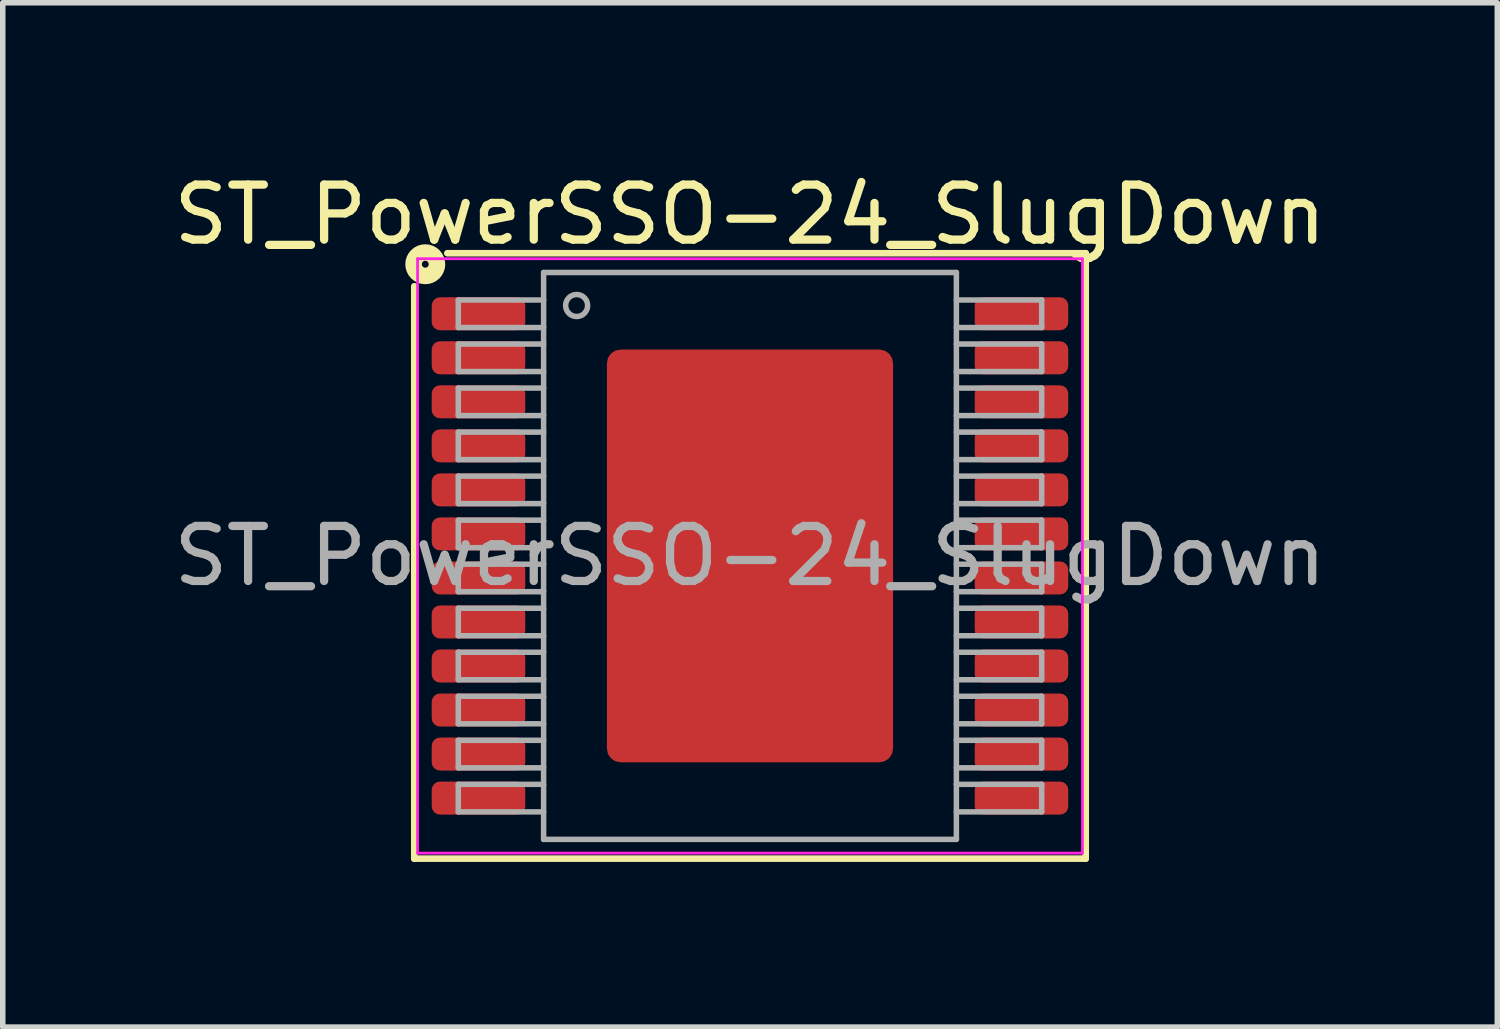
<source format=kicad_pcb>
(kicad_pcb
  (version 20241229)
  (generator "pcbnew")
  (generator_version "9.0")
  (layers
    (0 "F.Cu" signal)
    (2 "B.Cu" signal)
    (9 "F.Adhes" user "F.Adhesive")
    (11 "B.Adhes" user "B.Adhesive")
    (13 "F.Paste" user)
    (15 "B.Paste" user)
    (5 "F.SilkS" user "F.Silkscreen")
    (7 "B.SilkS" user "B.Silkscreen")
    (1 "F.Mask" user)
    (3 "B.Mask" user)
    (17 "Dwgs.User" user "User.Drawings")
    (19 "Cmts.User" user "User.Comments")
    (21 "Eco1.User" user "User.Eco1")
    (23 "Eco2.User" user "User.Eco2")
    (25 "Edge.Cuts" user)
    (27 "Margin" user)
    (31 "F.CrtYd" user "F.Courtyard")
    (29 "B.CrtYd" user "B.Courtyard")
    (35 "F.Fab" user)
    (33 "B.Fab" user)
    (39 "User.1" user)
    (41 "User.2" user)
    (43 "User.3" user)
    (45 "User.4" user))
  (footprint "ST_PowerSSO-24_SlugDown"
    (layer "F.Cu")
    (at 10.577 7.051)
    (property "Reference" "ST_PowerSSO-24_SlugDown" (at 0 -6.202 0) (layer "F.SilkS") (effects (font (size 1 1) (thickness 0.15))))
    (attr smd)
    (fp_line (start -6.1 -4.9) (end -6.1 5.5) (stroke (width 0.12) (type solid)) (layer "F.SilkS"))
    (fp_line (start -6.1 5.5) (end 6.1 5.5) (stroke (width 0.12) (type solid)) (layer "F.SilkS"))
    (fp_line (start 6.1 -5.5) (end -5.5 -5.5) (stroke (width 0.12) (type solid)) (layer "F.SilkS"))
    (fp_line (start 6.1 5.5) (end 6.1 -5.5) (stroke (width 0.12) (type solid)) (layer "F.SilkS"))
    (fp_circle (center -5.9 -5.3) (end -5.837 -5.3) (stroke (width 0.3) (type solid)) (fill no) (layer "F.SilkS"))
    (fp_line (start -6.04 -5.4) (end -6.04 5.4) (stroke (width 0.05) (type solid)) (layer "F.CrtYd"))
    (fp_line (start -6.04 -5.4) (end 6.04 -5.4) (stroke (width 0.05) (type solid)) (layer "F.CrtYd"))
    (fp_line (start 6.04 5.4) (end -6.04 5.4) (stroke (width 0.05) (type solid)) (layer "F.CrtYd"))
    (fp_line (start 6.04 5.4) (end 6.04 -5.4) (stroke (width 0.05) (type solid)) (layer "F.CrtYd"))
    (fp_line (start -5.3 -4.65) (end -5.3 -4.15) (stroke (width 0.1) (type solid)) (layer "F.Fab"))
    (fp_line (start -5.3 -4.65) (end -3.75 -4.65) (stroke (width 0.1) (type solid)) (layer "F.Fab"))
    (fp_line (start -5.3 -4.15) (end -3.75 -4.15) (stroke (width 0.1) (type solid)) (layer "F.Fab"))
    (fp_line (start -5.3 -3.85) (end -5.3 -3.35) (stroke (width 0.1) (type solid)) (layer "F.Fab"))
    (fp_line (start -5.3 -3.85) (end -3.75 -3.85) (stroke (width 0.1) (type solid)) (layer "F.Fab"))
    (fp_line (start -5.3 -3.35) (end -3.75 -3.35) (stroke (width 0.1) (type solid)) (layer "F.Fab"))
    (fp_line (start -5.3 -3.05) (end -5.3 -2.55) (stroke (width 0.1) (type solid)) (layer "F.Fab"))
    (fp_line (start -5.3 -3.05) (end -3.75 -3.05) (stroke (width 0.1) (type solid)) (layer "F.Fab"))
    (fp_line (start -5.3 -2.55) (end -3.75 -2.55) (stroke (width 0.1) (type solid)) (layer "F.Fab"))
    (fp_line (start -5.3 -2.25) (end -5.3 -1.75) (stroke (width 0.1) (type solid)) (layer "F.Fab"))
    (fp_line (start -5.3 -2.25) (end -3.75 -2.25) (stroke (width 0.1) (type solid)) (layer "F.Fab"))
    (fp_line (start -5.3 -1.75) (end -3.75 -1.75) (stroke (width 0.1) (type solid)) (layer "F.Fab"))
    (fp_line (start -5.3 -1.45) (end -5.3 -0.95) (stroke (width 0.1) (type solid)) (layer "F.Fab"))
    (fp_line (start -5.3 -1.45) (end -3.75 -1.45) (stroke (width 0.1) (type solid)) (layer "F.Fab"))
    (fp_line (start -5.3 -0.95) (end -3.75 -0.95) (stroke (width 0.1) (type solid)) (layer "F.Fab"))
    (fp_line (start -5.3 -0.65) (end -5.3 -0.15) (stroke (width 0.1) (type solid)) (layer "F.Fab"))
    (fp_line (start -5.3 -0.65) (end -3.75 -0.65) (stroke (width 0.1) (type solid)) (layer "F.Fab"))
    (fp_line (start -5.3 -0.15) (end -3.75 -0.15) (stroke (width 0.1) (type solid)) (layer "F.Fab"))
    (fp_line (start -5.3 0.15) (end -5.3 0.65) (stroke (width 0.1) (type solid)) (layer "F.Fab"))
    (fp_line (start -5.3 0.15) (end -3.75 0.15) (stroke (width 0.1) (type solid)) (layer "F.Fab"))
    (fp_line (start -5.3 0.65) (end -3.75 0.65) (stroke (width 0.1) (type solid)) (layer "F.Fab"))
    (fp_line (start -5.3 0.95) (end -5.3 1.45) (stroke (width 0.1) (type solid)) (layer "F.Fab"))
    (fp_line (start -5.3 0.95) (end -3.75 0.95) (stroke (width 0.1) (type solid)) (layer "F.Fab"))
    (fp_line (start -5.3 1.45) (end -3.75 1.45) (stroke (width 0.1) (type solid)) (layer "F.Fab"))
    (fp_line (start -5.3 1.75) (end -5.3 2.25) (stroke (width 0.1) (type solid)) (layer "F.Fab"))
    (fp_line (start -5.3 1.75) (end -3.75 1.75) (stroke (width 0.1) (type solid)) (layer "F.Fab"))
    (fp_line (start -5.3 2.25) (end -3.75 2.25) (stroke (width 0.1) (type solid)) (layer "F.Fab"))
    (fp_line (start -5.3 2.55) (end -5.3 3.05) (stroke (width 0.1) (type solid)) (layer "F.Fab"))
    (fp_line (start -5.3 2.55) (end -3.75 2.55) (stroke (width 0.1) (type solid)) (layer "F.Fab"))
    (fp_line (start -5.3 3.05) (end -3.75 3.05) (stroke (width 0.1) (type solid)) (layer "F.Fab"))
    (fp_line (start -5.3 3.35) (end -5.3 3.85) (stroke (width 0.1) (type solid)) (layer "F.Fab"))
    (fp_line (start -5.3 3.35) (end -3.75 3.35) (stroke (width 0.1) (type solid)) (layer "F.Fab"))
    (fp_line (start -5.3 3.85) (end -3.75 3.85) (stroke (width 0.1) (type solid)) (layer "F.Fab"))
    (fp_line (start -5.3 4.15) (end -5.3 4.65) (stroke (width 0.1) (type solid)) (layer "F.Fab"))
    (fp_line (start -5.3 4.15) (end -3.75 4.15) (stroke (width 0.1) (type solid)) (layer "F.Fab"))
    (fp_line (start -5.3 4.65) (end -3.75 4.65) (stroke (width 0.1) (type solid)) (layer "F.Fab"))
    (fp_line (start -3.75 -5.15) (end -3.75 5.15) (stroke (width 0.1) (type solid)) (layer "F.Fab"))
    (fp_line (start -3.75 5.15) (end 3.75 5.15) (stroke (width 0.1) (type solid)) (layer "F.Fab"))
    (fp_line (start 3.75 -5.15) (end -3.75 -5.15) (stroke (width 0.1) (type solid)) (layer "F.Fab"))
    (fp_line (start 3.75 5.15) (end 3.75 -5.15) (stroke (width 0.1) (type solid)) (layer "F.Fab"))
    (fp_line (start 5.3 -4.65) (end 3.75 -4.65) (stroke (width 0.1) (type solid)) (layer "F.Fab"))
    (fp_line (start 5.3 -4.15) (end 3.75 -4.15) (stroke (width 0.1) (type solid)) (layer "F.Fab"))
    (fp_line (start 5.3 -4.15) (end 5.3 -4.65) (stroke (width 0.1) (type solid)) (layer "F.Fab"))
    (fp_line (start 5.3 -3.85) (end 3.75 -3.85) (stroke (width 0.1) (type solid)) (layer "F.Fab"))
    (fp_line (start 5.3 -3.35) (end 3.75 -3.35) (stroke (width 0.1) (type solid)) (layer "F.Fab"))
    (fp_line (start 5.3 -3.35) (end 5.3 -3.85) (stroke (width 0.1) (type solid)) (layer "F.Fab"))
    (fp_line (start 5.3 -3.05) (end 3.75 -3.05) (stroke (width 0.1) (type solid)) (layer "F.Fab"))
    (fp_line (start 5.3 -2.55) (end 3.75 -2.55) (stroke (width 0.1) (type solid)) (layer "F.Fab"))
    (fp_line (start 5.3 -2.55) (end 5.3 -3.05) (stroke (width 0.1) (type solid)) (layer "F.Fab"))
    (fp_line (start 5.3 -2.25) (end 3.75 -2.25) (stroke (width 0.1) (type solid)) (layer "F.Fab"))
    (fp_line (start 5.3 -1.75) (end 3.75 -1.75) (stroke (width 0.1) (type solid)) (layer "F.Fab"))
    (fp_line (start 5.3 -1.75) (end 5.3 -2.25) (stroke (width 0.1) (type solid)) (layer "F.Fab"))
    (fp_line (start 5.3 -1.45) (end 3.75 -1.45) (stroke (width 0.1) (type solid)) (layer "F.Fab"))
    (fp_line (start 5.3 -0.95) (end 3.75 -0.95) (stroke (width 0.1) (type solid)) (layer "F.Fab"))
    (fp_line (start 5.3 -0.95) (end 5.3 -1.45) (stroke (width 0.1) (type solid)) (layer "F.Fab"))
    (fp_line (start 5.3 -0.65) (end 3.75 -0.65) (stroke (width 0.1) (type solid)) (layer "F.Fab"))
    (fp_line (start 5.3 -0.15) (end 3.75 -0.15) (stroke (width 0.1) (type solid)) (layer "F.Fab"))
    (fp_line (start 5.3 -0.15) (end 5.3 -0.65) (stroke (width 0.1) (type solid)) (layer "F.Fab"))
    (fp_line (start 5.3 0.15) (end 3.75 0.15) (stroke (width 0.1) (type solid)) (layer "F.Fab"))
    (fp_line (start 5.3 0.65) (end 3.75 0.65) (stroke (width 0.1) (type solid)) (layer "F.Fab"))
    (fp_line (start 5.3 0.65) (end 5.3 0.15) (stroke (width 0.1) (type solid)) (layer "F.Fab"))
    (fp_line (start 5.3 0.95) (end 3.75 0.95) (stroke (width 0.1) (type solid)) (layer "F.Fab"))
    (fp_line (start 5.3 1.45) (end 3.75 1.45) (stroke (width 0.1) (type solid)) (layer "F.Fab"))
    (fp_line (start 5.3 1.45) (end 5.3 0.95) (stroke (width 0.1) (type solid)) (layer "F.Fab"))
    (fp_line (start 5.3 1.75) (end 3.75 1.75) (stroke (width 0.1) (type solid)) (layer "F.Fab"))
    (fp_line (start 5.3 2.25) (end 3.75 2.25) (stroke (width 0.1) (type solid)) (layer "F.Fab"))
    (fp_line (start 5.3 2.25) (end 5.3 1.75) (stroke (width 0.1) (type solid)) (layer "F.Fab"))
    (fp_line (start 5.3 2.55) (end 3.75 2.55) (stroke (width 0.1) (type solid)) (layer "F.Fab"))
    (fp_line (start 5.3 3.05) (end 3.75 3.05) (stroke (width 0.1) (type solid)) (layer "F.Fab"))
    (fp_line (start 5.3 3.05) (end 5.3 2.55) (stroke (width 0.1) (type solid)) (layer "F.Fab"))
    (fp_line (start 5.3 3.35) (end 3.75 3.35) (stroke (width 0.1) (type solid)) (layer "F.Fab"))
    (fp_line (start 5.3 3.85) (end 3.75 3.85) (stroke (width 0.1) (type solid)) (layer "F.Fab"))
    (fp_line (start 5.3 3.85) (end 5.3 3.35) (stroke (width 0.1) (type solid)) (layer "F.Fab"))
    (fp_line (start 5.3 4.15) (end 3.75 4.15) (stroke (width 0.1) (type solid)) (layer "F.Fab"))
    (fp_line (start 5.3 4.65) (end 3.75 4.65) (stroke (width 0.1) (type solid)) (layer "F.Fab"))
    (fp_line (start 5.3 4.65) (end 5.3 4.15) (stroke (width 0.1) (type solid)) (layer "F.Fab"))
    (fp_circle (center -3.15 -4.55) (end -2.95 -4.55) (stroke (width 0.1) (type solid)) (fill no) (layer "F.Fab"))
    (fp_text user "${REFERENCE}" (at 0 0 0) (layer "F.Fab") (effects (font (size 1 1) (thickness 0.15))))
    (pad "" smd roundrect (at -1.7 -2.7) (size 1.4 1.5) (layers "F.Paste") (roundrect_rratio 0.179))
    (pad "" smd roundrect (at -1.7 -0.9) (size 1.4 1.5) (layers "F.Paste") (roundrect_rratio 0.179))
    (pad "" smd roundrect (at -1.7 0.9) (size 1.4 1.5) (layers "F.Paste") (roundrect_rratio 0.179))
    (pad "" smd roundrect (at -1.7 2.7) (size 1.4 1.5) (layers "F.Paste") (roundrect_rratio 0.179))
    (pad "" smd roundrect (at 0 -2.7) (size 1.4 1.5) (layers "F.Paste") (roundrect_rratio 0.179))
    (pad "" smd roundrect (at 0 -0.9) (size 1.4 1.5) (layers "F.Paste") (roundrect_rratio 0.179))
    (pad "" smd roundrect (at 0 0.9) (size 1.4 1.5) (layers "F.Paste") (roundrect_rratio 0.179))
    (pad "" smd roundrect (at 0 2.7) (size 1.4 1.5) (layers "F.Paste") (roundrect_rratio 0.179))
    (pad "" smd roundrect (at 1.7 -2.7) (size 1.4 1.5) (layers "F.Paste") (roundrect_rratio 0.179))
    (pad "" smd roundrect (at 1.7 -0.9) (size 1.4 1.5) (layers "F.Paste") (roundrect_rratio 0.179))
    (pad "" smd roundrect (at 1.7 0.9) (size 1.4 1.5) (layers "F.Paste") (roundrect_rratio 0.179))
    (pad "" smd roundrect (at 1.7 2.7) (size 1.4 1.5) (layers "F.Paste") (roundrect_rratio 0.179))
    (pad "1" smd roundrect (at -4.933 -4.4) (size 1.7 0.6) (layers "F.Cu" "F.Mask" "F.Paste") (roundrect_rratio 0.25))
    (pad "2" smd roundrect (at -4.933 -3.6) (size 1.7 0.6) (layers "F.Cu" "F.Mask" "F.Paste") (roundrect_rratio 0.25))
    (pad "3" smd roundrect (at -4.933 -2.8) (size 1.7 0.6) (layers "F.Cu" "F.Mask" "F.Paste") (roundrect_rratio 0.25))
    (pad "4" smd roundrect (at -4.933 -2) (size 1.7 0.6) (layers "F.Cu" "F.Mask" "F.Paste") (roundrect_rratio 0.25))
    (pad "5" smd roundrect (at -4.933 -1.2) (size 1.7 0.6) (layers "F.Cu" "F.Mask" "F.Paste") (roundrect_rratio 0.25))
    (pad "6" smd roundrect (at -4.933 -0.4) (size 1.7 0.6) (layers "F.Cu" "F.Mask" "F.Paste") (roundrect_rratio 0.25))
    (pad "7" smd roundrect (at -4.933 0.4) (size 1.7 0.6) (layers "F.Cu" "F.Mask" "F.Paste") (roundrect_rratio 0.25))
    (pad "8" smd roundrect (at -4.933 1.2) (size 1.7 0.6) (layers "F.Cu" "F.Mask" "F.Paste") (roundrect_rratio 0.25))
    (pad "9" smd roundrect (at -4.933 2) (size 1.7 0.6) (layers "F.Cu" "F.Mask" "F.Paste") (roundrect_rratio 0.25))
    (pad "10" smd roundrect (at -4.933 2.8) (size 1.7 0.6) (layers "F.Cu" "F.Mask" "F.Paste") (roundrect_rratio 0.25))
    (pad "11" smd roundrect (at -4.933 3.6) (size 1.7 0.6) (layers "F.Cu" "F.Mask" "F.Paste") (roundrect_rratio 0.25))
    (pad "12" smd roundrect (at -4.933 4.4) (size 1.7 0.6) (layers "F.Cu" "F.Mask" "F.Paste") (roundrect_rratio 0.25))
    (pad "13" smd roundrect (at 4.933 4.4) (size 1.7 0.6) (layers "F.Cu" "F.Mask" "F.Paste") (roundrect_rratio 0.25))
    (pad "14" smd roundrect (at 4.933 3.6) (size 1.7 0.6) (layers "F.Cu" "F.Mask" "F.Paste") (roundrect_rratio 0.25))
    (pad "15" smd roundrect (at 4.933 2.8) (size 1.7 0.6) (layers "F.Cu" "F.Mask" "F.Paste") (roundrect_rratio 0.25))
    (pad "16" smd roundrect (at 4.933 2) (size 1.7 0.6) (layers "F.Cu" "F.Mask" "F.Paste") (roundrect_rratio 0.25))
    (pad "17" smd roundrect (at 4.933 1.2) (size 1.7 0.6) (layers "F.Cu" "F.Mask" "F.Paste") (roundrect_rratio 0.25))
    (pad "18" smd roundrect (at 4.933 0.4) (size 1.7 0.6) (layers "F.Cu" "F.Mask" "F.Paste") (roundrect_rratio 0.25))
    (pad "19" smd roundrect (at 4.933 -0.4) (size 1.7 0.6) (layers "F.Cu" "F.Mask" "F.Paste") (roundrect_rratio 0.25))
    (pad "20" smd roundrect (at 4.933 -1.2) (size 1.7 0.6) (layers "F.Cu" "F.Mask" "F.Paste") (roundrect_rratio 0.25))
    (pad "21" smd roundrect (at 4.933 -2) (size 1.7 0.6) (layers "F.Cu" "F.Mask" "F.Paste") (roundrect_rratio 0.25))
    (pad "22" smd roundrect (at 4.933 -2.8) (size 1.7 0.6) (layers "F.Cu" "F.Mask" "F.Paste") (roundrect_rratio 0.25))
    (pad "23" smd roundrect (at 4.933 -3.6) (size 1.7 0.6) (layers "F.Cu" "F.Mask" "F.Paste") (roundrect_rratio 0.25))
    (pad "24" smd roundrect (at 4.933 -4.4) (size 1.7 0.6) (layers "F.Cu" "F.Mask" "F.Paste") (roundrect_rratio 0.25))
    (pad "25" smd roundrect (at 0 0) (size 5.2 7.5) (layers "F.Cu" "F.Mask") (roundrect_rratio 0.048)))
  (gr_rect
    (start -3 -3)
    (end 24.155 15.611)
    (stroke (width 0.1) (type default))
    (fill no)
    (layer "Edge.Cuts")))
</source>
